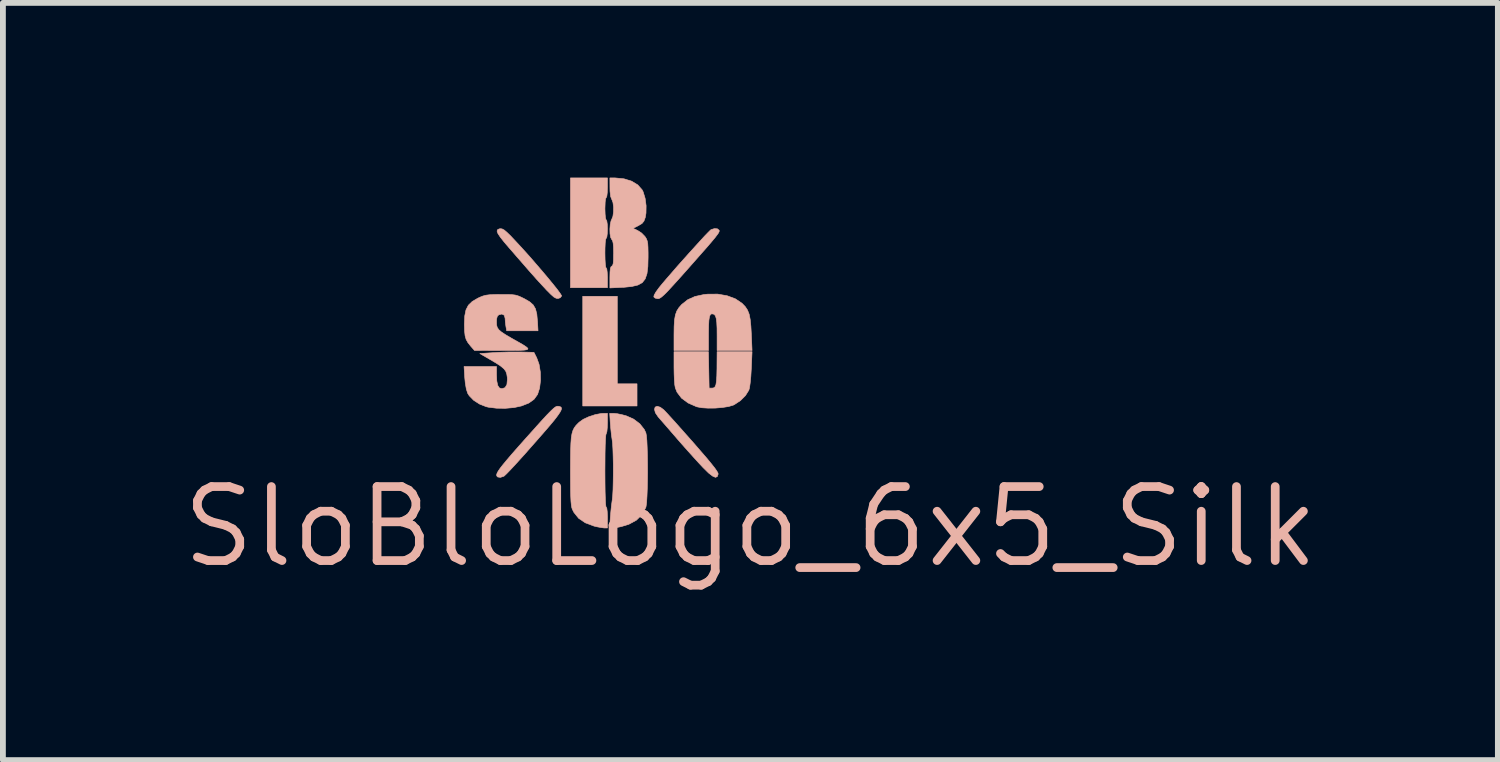
<source format=kicad_pcb>
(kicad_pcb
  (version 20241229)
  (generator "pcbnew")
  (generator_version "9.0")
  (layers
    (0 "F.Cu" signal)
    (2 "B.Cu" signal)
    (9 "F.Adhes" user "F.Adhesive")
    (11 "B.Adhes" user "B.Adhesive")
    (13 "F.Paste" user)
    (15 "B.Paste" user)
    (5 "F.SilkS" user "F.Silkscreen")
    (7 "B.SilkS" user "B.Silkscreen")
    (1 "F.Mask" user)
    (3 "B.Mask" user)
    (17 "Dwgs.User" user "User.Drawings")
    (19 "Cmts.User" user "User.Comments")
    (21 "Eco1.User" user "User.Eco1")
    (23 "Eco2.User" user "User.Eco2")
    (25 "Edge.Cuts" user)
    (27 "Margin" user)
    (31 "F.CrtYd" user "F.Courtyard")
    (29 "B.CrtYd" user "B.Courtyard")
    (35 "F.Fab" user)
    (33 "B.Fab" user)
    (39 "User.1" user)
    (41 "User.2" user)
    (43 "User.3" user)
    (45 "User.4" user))
  (footprint "SloBloLogo_6x5_Silk"
    (layer "F.Cu")
    (at 9.835 5.995)
    (property "Reference" "SloBloLogo_6x5_Silk" (at 0 0 0) (layer "B.SilkS") (effects (font (size 1.27 1.27) (thickness 0.15))))
    (attr through_hole)
    (fp_poly (pts (xy -2.286 -2.455) (xy -1.947 -2.455) (xy -1.947 -2.074) (xy -2.879 -2.074) (xy -2.879 -3.958) (xy -2.286 -3.958) (xy -2.286 -2.455)) (stroke (width 0.01) (type solid)) (fill yes) (layer "B.SilkS"))
    (fp_poly (pts (xy -1.548 -2.053) (xy -1.488 -2.008) (xy -1.455 -1.974) (xy -1.399 -1.913) (xy -1.323 -1.83) (xy -1.232 -1.728) (xy -1.13 -1.613) (xy -1.02 -1.489) (xy -0.98 -1.444) (xy -0.851 -1.295) (xy -0.747 -1.175) (xy -0.669 -1.08) (xy -0.612 -1.008) (xy -0.576 -0.956) (xy -0.557 -0.922) (xy -0.554 -0.904) (xy -0.57 -0.861) (xy -0.601 -0.849) (xy -0.649 -0.87) (xy -0.718 -0.923) (xy -0.807 -1.011) (xy -0.816 -1.02) (xy -0.887 -1.096) (xy -0.977 -1.195) (xy -1.077 -1.306) (xy -1.179 -1.421) (xy -1.249 -1.501) (xy -1.337 -1.603) (xy -1.421 -1.7) (xy -1.494 -1.784) (xy -1.551 -1.849) (xy -1.584 -1.887) (xy -1.632 -1.958) (xy -1.647 -2.016) (xy -1.636 -2.055) (xy -1.601 -2.069) (xy -1.548 -2.053)) (stroke (width 0.01) (type solid)) (fill yes) (layer "B.SilkS"))
    (fp_poly (pts (xy -2.455 -5.821) (xy -2.458 -5.737) (xy -2.465 -5.678) (xy -2.475 -5.652) (xy -2.477 -5.652) (xy -2.487 -5.632) (xy -2.494 -5.576) (xy -2.497 -5.493) (xy -2.498 -5.461) (xy -2.495 -5.37) (xy -2.489 -5.305) (xy -2.48 -5.273) (xy -2.477 -5.271) (xy -2.466 -5.251) (xy -2.458 -5.197) (xy -2.455 -5.119) (xy -2.455 -5.112) (xy -2.458 -5.032) (xy -2.465 -4.976) (xy -2.476 -4.953) (xy -2.477 -4.953) (xy -2.486 -4.933) (xy -2.493 -4.875) (xy -2.497 -4.784) (xy -2.498 -4.699) (xy -2.496 -4.588) (xy -2.491 -4.505) (xy -2.484 -4.456) (xy -2.477 -4.445) (xy -2.466 -4.425) (xy -2.459 -4.371) (xy -2.455 -4.291) (xy -2.455 -4.276) (xy -2.455 -4.106) (xy -3.09 -4.106) (xy -3.09 -5.99) (xy -2.455 -5.99) (xy -2.455 -5.821)) (stroke (width 0.01) (type solid)) (fill yes) (layer "B.SilkS"))
    (fp_poly (pts (xy -4.265 -5.115) (xy -4.228 -5.096) (xy -4.181 -5.056) (xy -4.114 -4.991) (xy -4.084 -4.959) (xy -3.983 -4.851) (xy -3.876 -4.734) (xy -3.767 -4.612) (xy -3.66 -4.488) (xy -3.557 -4.368) (xy -3.463 -4.256) (xy -3.381 -4.156) (xy -3.314 -4.072) (xy -3.268 -4.009) (xy -3.244 -3.971) (xy -3.242 -3.963) (xy -3.267 -3.932) (xy -3.303 -3.92) (xy -3.336 -3.924) (xy -3.375 -3.945) (xy -3.426 -3.99) (xy -3.494 -4.058) (xy -3.574 -4.144) (xy -3.665 -4.243) (xy -3.75 -4.339) (xy -3.769 -4.36) (xy -3.834 -4.434) (xy -3.917 -4.53) (xy -4.01 -4.636) (xy -4.102 -4.743) (xy -4.135 -4.78) (xy -4.229 -4.89) (xy -4.295 -4.974) (xy -4.335 -5.034) (xy -4.35 -5.076) (xy -4.342 -5.101) (xy -4.313 -5.115) (xy -4.295 -5.118) (xy -4.265 -5.115)) (stroke (width 0.01) (type solid)) (fill yes) (layer "B.SilkS"))
    (fp_poly (pts (xy -0.715 -2.693) (xy -0.709 -2.381) (xy -0.656 -2.381) (xy -0.628 -2.386) (xy -0.607 -2.404) (xy -0.592 -2.441) (xy -0.583 -2.502) (xy -0.577 -2.593) (xy -0.574 -2.72) (xy -0.574 -2.757) (xy -0.572 -3.006) (xy 0.028 -3.006) (xy 0.015 -2.712) (xy 0.007 -2.579) (xy -0.004 -2.468) (xy -0.016 -2.385) (xy -0.027 -2.346) (xy -0.085 -2.253) (xy -0.171 -2.167) (xy -0.274 -2.099) (xy -0.296 -2.088) (xy -0.375 -2.065) (xy -0.483 -2.048) (xy -0.604 -2.038) (xy -0.727 -2.037) (xy -0.837 -2.044) (xy -0.92 -2.06) (xy -0.921 -2.06) (xy -1.069 -2.125) (xy -1.183 -2.209) (xy -1.26 -2.311) (xy -1.29 -2.386) (xy -1.299 -2.438) (xy -1.306 -2.521) (xy -1.31 -2.624) (xy -1.312 -2.735) (xy -1.312 -2.736) (xy -1.312 -3.006) (xy -0.721 -3.006) (xy -0.715 -2.693)) (stroke (width 0.01) (type solid)) (fill yes) (layer "B.SilkS"))
    (fp_poly (pts (xy -3.273 -2.064) (xy -3.252 -2.054) (xy -3.244 -2.035) (xy -3.249 -2.007) (xy -3.27 -1.966) (xy -3.308 -1.91) (xy -3.365 -1.835) (xy -3.443 -1.741) (xy -3.544 -1.624) (xy -3.669 -1.481) (xy -3.82 -1.31) (xy -3.869 -1.254) (xy -3.964 -1.149) (xy -4.051 -1.053) (xy -4.126 -0.973) (xy -4.185 -0.912) (xy -4.223 -0.876) (xy -4.233 -0.868) (xy -4.293 -0.848) (xy -4.339 -0.855) (xy -4.346 -0.861) (xy -4.356 -0.875) (xy -4.358 -0.894) (xy -4.35 -0.92) (xy -4.33 -0.957) (xy -4.297 -1.005) (xy -4.247 -1.069) (xy -4.179 -1.151) (xy -4.091 -1.254) (xy -3.981 -1.379) (xy -3.846 -1.531) (xy -3.685 -1.71) (xy -3.676 -1.721) (xy -3.57 -1.838) (xy -3.488 -1.927) (xy -3.426 -1.99) (xy -3.38 -2.033) (xy -3.347 -2.058) (xy -3.321 -2.069) (xy -3.303 -2.07) (xy -3.273 -2.064)) (stroke (width 0.01) (type solid)) (fill yes) (layer "B.SilkS"))
    (fp_poly (pts (xy -0.566 -5.116) (xy -0.537 -5.091) (xy -0.535 -5.079) (xy -0.539 -5.064) (xy -0.551 -5.041) (xy -0.574 -5.009) (xy -0.609 -4.963) (xy -0.66 -4.902) (xy -0.728 -4.822) (xy -0.817 -4.721) (xy -0.927 -4.596) (xy -1.062 -4.443) (xy -1.14 -4.355) (xy -1.259 -4.222) (xy -1.353 -4.119) (xy -1.426 -4.04) (xy -1.482 -3.984) (xy -1.524 -3.947) (xy -1.555 -3.926) (xy -1.578 -3.917) (xy -1.588 -3.916) (xy -1.635 -3.926) (xy -1.659 -3.947) (xy -1.652 -3.98) (xy -1.62 -4.035) (xy -1.568 -4.106) (xy -1.565 -4.11) (xy -1.509 -4.178) (xy -1.435 -4.265) (xy -1.348 -4.365) (xy -1.253 -4.475) (xy -1.152 -4.588) (xy -1.051 -4.701) (xy -0.954 -4.808) (xy -0.865 -4.906) (xy -0.789 -4.989) (xy -0.728 -5.052) (xy -0.689 -5.091) (xy -0.676 -5.102) (xy -0.618 -5.12) (xy -0.566 -5.116)) (stroke (width 0.01) (type solid)) (fill yes) (layer "B.SilkS"))
    (fp_poly (pts (xy -0.4 -3.967) (xy -0.258 -3.914) (xy -0.144 -3.837) (xy -0.141 -3.834) (xy -0.088 -3.779) (xy -0.05 -3.721) (xy -0.022 -3.651) (xy -0.004 -3.561) (xy 0.008 -3.444) (xy 0.015 -3.322) (xy 0.028 -3.027) (xy -0.572 -3.027) (xy -0.572 -3.268) (xy -0.573 -3.408) (xy -0.578 -3.51) (xy -0.588 -3.581) (xy -0.603 -3.625) (xy -0.624 -3.648) (xy -0.629 -3.65) (xy -0.663 -3.657) (xy -0.687 -3.645) (xy -0.703 -3.609) (xy -0.713 -3.545) (xy -0.718 -3.448) (xy -0.72 -3.321) (xy -0.72 -3.027) (xy -1.312 -3.027) (xy -1.312 -3.297) (xy -1.31 -3.442) (xy -1.303 -3.553) (xy -1.288 -3.638) (xy -1.264 -3.705) (xy -1.228 -3.762) (xy -1.179 -3.818) (xy -1.177 -3.819) (xy -1.076 -3.899) (xy -0.953 -3.954) (xy -0.802 -3.987) (xy -0.737 -3.994) (xy -0.562 -3.995) (xy -0.4 -3.967)) (stroke (width 0.01) (type solid)) (fill yes) (layer "B.SilkS"))
    (fp_poly (pts (xy -3.949 -3.001) (xy -3.717 -2.995) (xy -3.669 -2.9) (xy -3.629 -2.79) (xy -3.607 -2.656) (xy -3.604 -2.514) (xy -3.62 -2.381) (xy -3.655 -2.272) (xy -3.716 -2.188) (xy -3.806 -2.124) (xy -3.93 -2.075) (xy -4.058 -2.047) (xy -4.208 -2.034) (xy -4.36 -2.036) (xy -4.498 -2.053) (xy -4.537 -2.062) (xy -4.651 -2.107) (xy -4.752 -2.172) (xy -4.828 -2.25) (xy -4.854 -2.291) (xy -4.878 -2.364) (xy -4.896 -2.469) (xy -4.905 -2.56) (xy -4.917 -2.752) (xy -4.36 -2.752) (xy -4.36 -2.615) (xy -4.355 -2.503) (xy -4.339 -2.427) (xy -4.311 -2.384) (xy -4.268 -2.371) (xy -4.266 -2.371) (xy -4.213 -2.389) (xy -4.181 -2.442) (xy -4.173 -2.53) (xy -4.175 -2.568) (xy -4.184 -2.625) (xy -4.201 -2.671) (xy -4.233 -2.713) (xy -4.285 -2.757) (xy -4.363 -2.809) (xy -4.473 -2.874) (xy -4.646 -2.974) (xy -4.413 -2.99) (xy -4.284 -2.997) (xy -4.137 -3.001) (xy -3.998 -3.001) (xy -3.949 -3.001)) (stroke (width 0.01) (type solid)) (fill yes) (layer "B.SilkS"))
    (fp_poly (pts (xy -2.284 -1.941) (xy -2.203 -1.924) (xy -2.132 -1.905) (xy -2.006 -1.849) (xy -1.9 -1.769) (xy -1.823 -1.672) (xy -1.795 -1.613) (xy -1.786 -1.564) (xy -1.778 -1.479) (xy -1.773 -1.368) (xy -1.769 -1.235) (xy -1.767 -1.09) (xy -1.766 -0.939) (xy -1.768 -0.79) (xy -1.771 -0.649) (xy -1.776 -0.525) (xy -1.782 -0.424) (xy -1.791 -0.355) (xy -1.796 -0.332) (xy -1.86 -0.21) (xy -1.958 -0.113) (xy -2.089 -0.042) (xy -2.218 -0.003) (xy -2.311 0.016) (xy -2.369 0.022) (xy -2.4 0.008) (xy -2.411 -0.031) (xy -2.409 -0.1) (xy -2.406 -0.153) (xy -2.397 -0.257) (xy -2.386 -0.363) (xy -2.374 -0.451) (xy -2.373 -0.455) (xy -2.365 -0.531) (xy -2.359 -0.64) (xy -2.356 -0.771) (xy -2.354 -0.916) (xy -2.354 -1.064) (xy -2.357 -1.206) (xy -2.361 -1.333) (xy -2.367 -1.435) (xy -2.374 -1.492) (xy -2.387 -1.581) (xy -2.398 -1.687) (xy -2.406 -1.783) (xy -2.416 -1.947) (xy -2.343 -1.947) (xy -2.284 -1.941)) (stroke (width 0.01) (type solid)) (fill yes) (layer "B.SilkS"))
    (fp_poly (pts (xy -2.455 -1.779) (xy -2.458 -1.699) (xy -2.464 -1.636) (xy -2.474 -1.601) (xy -2.477 -1.598) (xy -2.483 -1.573) (xy -2.488 -1.508) (xy -2.493 -1.405) (xy -2.496 -1.267) (xy -2.497 -1.095) (xy -2.498 -0.962) (xy -2.497 -0.765) (xy -2.495 -0.603) (xy -2.491 -0.478) (xy -2.487 -0.392) (xy -2.481 -0.346) (xy -2.477 -0.339) (xy -2.466 -0.319) (xy -2.459 -0.264) (xy -2.455 -0.182) (xy -2.455 -0.159) (xy -2.455 0.021) (xy -2.514 0.02) (xy -2.567 0.013) (xy -2.641 -0.001) (xy -2.686 -0.012) (xy -2.835 -0.068) (xy -2.949 -0.145) (xy -3.031 -0.247) (xy -3.058 -0.301) (xy -3.068 -0.332) (xy -3.075 -0.374) (xy -3.081 -0.433) (xy -3.085 -0.512) (xy -3.088 -0.618) (xy -3.089 -0.755) (xy -3.09 -0.929) (xy -3.09 -0.968) (xy -3.089 -1.158) (xy -3.087 -1.31) (xy -3.083 -1.431) (xy -3.076 -1.525) (xy -3.064 -1.598) (xy -3.047 -1.655) (xy -3.024 -1.701) (xy -2.994 -1.741) (xy -2.956 -1.78) (xy -2.939 -1.796) (xy -2.869 -1.846) (xy -2.771 -1.891) (xy -2.664 -1.926) (xy -2.563 -1.945) (xy -2.527 -1.947) (xy -2.455 -1.947) (xy -2.455 -1.779)) (stroke (width 0.01) (type solid)) (fill yes) (layer "B.SilkS"))
    (fp_poly (pts (xy -4.175 -3.989) (xy -4.097 -3.986) (xy -4.038 -3.979) (xy -3.989 -3.965) (xy -3.937 -3.943) (xy -3.882 -3.916) (xy -3.792 -3.864) (xy -3.73 -3.81) (xy -3.691 -3.743) (xy -3.668 -3.654) (xy -3.657 -3.532) (xy -3.656 -3.53) (xy -3.647 -3.365) (xy -4.185 -3.365) (xy -4.199 -3.445) (xy -4.208 -3.514) (xy -4.212 -3.576) (xy -4.212 -3.58) (xy -4.227 -3.632) (xy -4.267 -3.653) (xy -4.32 -3.64) (xy -4.346 -3.615) (xy -4.358 -3.568) (xy -4.36 -3.517) (xy -4.358 -3.465) (xy -4.347 -3.422) (xy -4.322 -3.385) (xy -4.277 -3.346) (xy -4.208 -3.3) (xy -4.108 -3.241) (xy -4.071 -3.22) (xy -3.964 -3.16) (xy -3.886 -3.114) (xy -3.837 -3.08) (xy -3.819 -3.056) (xy -3.835 -3.041) (xy -3.886 -3.033) (xy -3.974 -3.029) (xy -4.101 -3.028) (xy -4.258 -3.028) (xy -4.737 -3.027) (xy -4.804 -3.103) (xy -4.85 -3.161) (xy -4.881 -3.216) (xy -4.899 -3.278) (xy -4.908 -3.36) (xy -4.911 -3.472) (xy -4.911 -3.484) (xy -4.905 -3.621) (xy -4.884 -3.724) (xy -4.843 -3.804) (xy -4.777 -3.868) (xy -4.682 -3.924) (xy -4.646 -3.941) (xy -4.594 -3.962) (xy -4.542 -3.976) (xy -4.479 -3.984) (xy -4.394 -3.988) (xy -4.284 -3.989) (xy -4.175 -3.989)) (stroke (width 0.01) (type solid)) (fill yes) (layer "B.SilkS"))
    (fp_poly (pts (xy -2.323 -5.99) (xy -2.171 -5.975) (xy -2.039 -5.934) (xy -1.934 -5.87) (xy -1.859 -5.785) (xy -1.842 -5.751) (xy -1.808 -5.64) (xy -1.791 -5.512) (xy -1.793 -5.387) (xy -1.805 -5.313) (xy -1.828 -5.249) (xy -1.862 -5.207) (xy -1.923 -5.171) (xy -1.923 -5.171) (xy -2.015 -5.125) (xy -1.934 -5.086) (xy -1.868 -5.043) (xy -1.812 -4.985) (xy -1.805 -4.976) (xy -1.785 -4.943) (xy -1.772 -4.908) (xy -1.763 -4.863) (xy -1.759 -4.798) (xy -1.757 -4.705) (xy -1.757 -4.627) (xy -1.761 -4.468) (xy -1.776 -4.346) (xy -1.807 -4.256) (xy -1.857 -4.192) (xy -1.932 -4.151) (xy -2.036 -4.126) (xy -2.172 -4.112) (xy -2.205 -4.111) (xy -2.413 -4.101) (xy -2.413 -4.281) (xy -2.411 -4.374) (xy -2.405 -4.433) (xy -2.394 -4.464) (xy -2.381 -4.474) (xy -2.366 -4.488) (xy -2.356 -4.522) (xy -2.351 -4.583) (xy -2.35 -4.678) (xy -2.349 -4.696) (xy -2.351 -4.8) (xy -2.357 -4.87) (xy -2.367 -4.912) (xy -2.381 -4.932) (xy -2.4 -4.969) (xy -2.411 -5.034) (xy -2.413 -5.113) (xy -2.407 -5.191) (xy -2.393 -5.254) (xy -2.381 -5.28) (xy -2.361 -5.33) (xy -2.351 -5.406) (xy -2.35 -5.49) (xy -2.36 -5.567) (xy -2.379 -5.619) (xy -2.381 -5.621) (xy -2.401 -5.673) (xy -2.411 -5.763) (xy -2.412 -5.826) (xy -2.413 -5.99) (xy -2.323 -5.99)) (stroke (width 0.01) (type solid)) (fill yes) (layer "B.SilkS")))
  (gr_rect
    (start -3 -3)
    (end 22.669 10.001)
    (stroke (width 0.1) (type default))
    (fill no)
    (layer "Edge.Cuts")))
</source>
